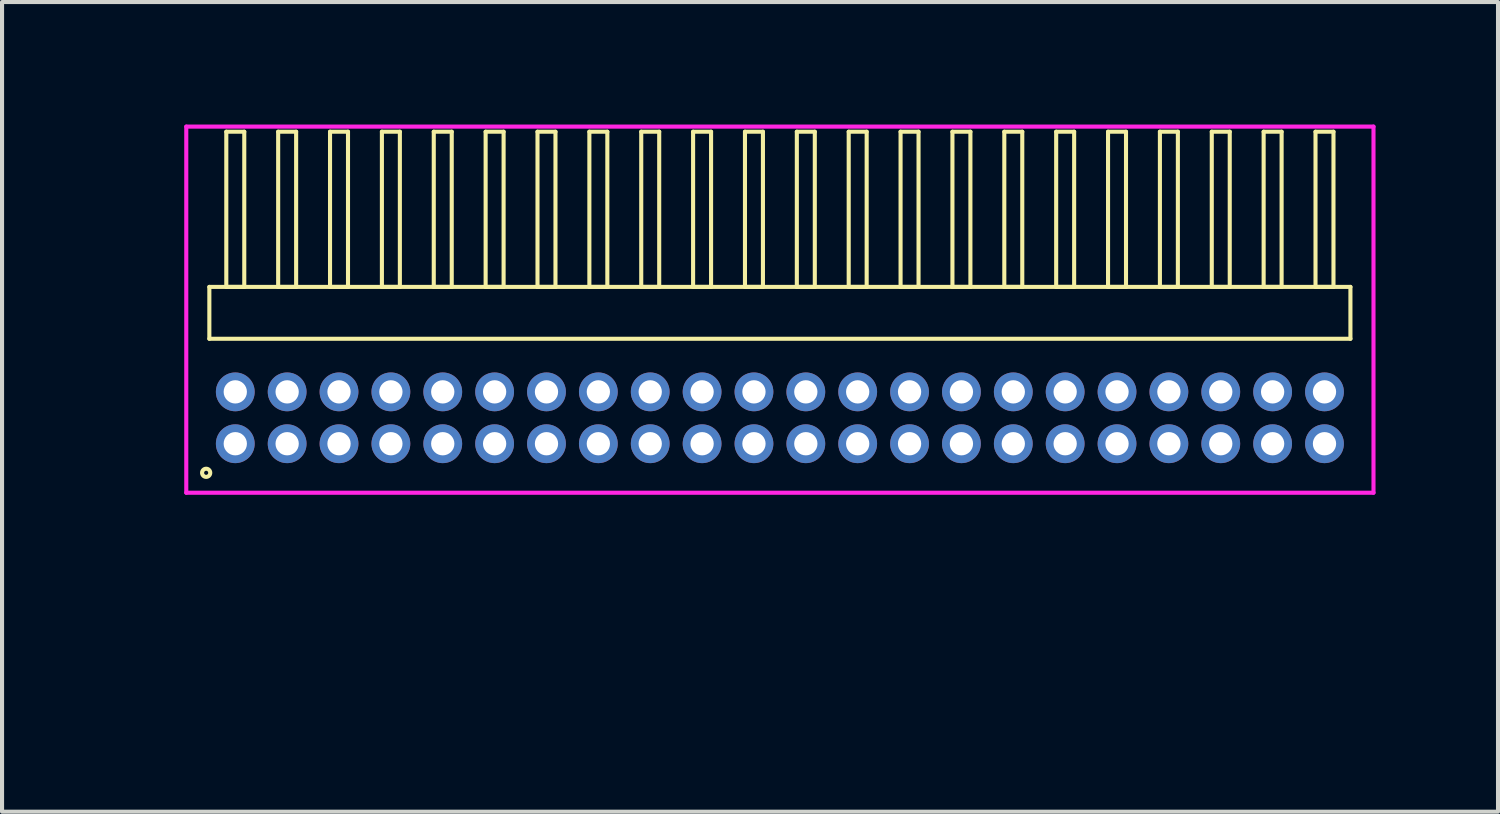
<source format=kicad_pcb>
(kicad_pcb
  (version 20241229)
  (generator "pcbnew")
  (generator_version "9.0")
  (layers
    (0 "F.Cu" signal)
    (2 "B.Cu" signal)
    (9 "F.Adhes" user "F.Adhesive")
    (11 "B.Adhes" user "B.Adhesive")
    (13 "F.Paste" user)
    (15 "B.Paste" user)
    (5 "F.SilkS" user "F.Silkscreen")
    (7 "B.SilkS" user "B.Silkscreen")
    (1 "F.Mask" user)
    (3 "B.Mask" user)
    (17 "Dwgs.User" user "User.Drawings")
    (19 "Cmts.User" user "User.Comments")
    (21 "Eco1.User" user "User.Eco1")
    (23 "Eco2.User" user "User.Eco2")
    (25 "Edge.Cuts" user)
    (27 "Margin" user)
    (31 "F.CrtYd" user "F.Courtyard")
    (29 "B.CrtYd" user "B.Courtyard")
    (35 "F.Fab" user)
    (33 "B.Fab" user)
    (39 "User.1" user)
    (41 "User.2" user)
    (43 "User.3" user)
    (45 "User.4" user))
  (footprint "HDR_RA127P22x2"
    (layer "F.Cu")
    (at 16.046 7.18)
    (property "Reference" "HDR_RA127P22x2" (at -15.285 0 90) (layer "User.1") (effects (font (size 1 1) (thickness 0.1))))
    (attr through_hole)
    (fp_line (start -13.97 -3.205) (end -13.97 -1.935) (stroke (width 0.1) (type solid)) (layer "F.SilkS"))
    (fp_line (start -13.97 -1.935) (end 13.97 -1.935) (stroke (width 0.1) (type solid)) (layer "F.SilkS"))
    (fp_line (start -13.555 -7.005) (end -13.555 -3.205) (stroke (width 0.1) (type solid)) (layer "F.SilkS"))
    (fp_line (start -13.555 -3.205) (end -13.115 -3.205) (stroke (width 0.1) (type solid)) (layer "F.SilkS"))
    (fp_line (start -13.115 -7.005) (end -13.555 -7.005) (stroke (width 0.1) (type solid)) (layer "F.SilkS"))
    (fp_line (start -13.115 -3.205) (end -13.115 -7.005) (stroke (width 0.1) (type solid)) (layer "F.SilkS"))
    (fp_line (start -12.285 -7.005) (end -12.285 -3.205) (stroke (width 0.1) (type solid)) (layer "F.SilkS"))
    (fp_line (start -12.285 -3.205) (end -11.845 -3.205) (stroke (width 0.1) (type solid)) (layer "F.SilkS"))
    (fp_line (start -11.845 -7.005) (end -12.285 -7.005) (stroke (width 0.1) (type solid)) (layer "F.SilkS"))
    (fp_line (start -11.845 -3.205) (end -11.845 -7.005) (stroke (width 0.1) (type solid)) (layer "F.SilkS"))
    (fp_line (start -11.015 -7.005) (end -11.015 -3.205) (stroke (width 0.1) (type solid)) (layer "F.SilkS"))
    (fp_line (start -11.015 -3.205) (end -10.575 -3.205) (stroke (width 0.1) (type solid)) (layer "F.SilkS"))
    (fp_line (start -10.575 -7.005) (end -11.015 -7.005) (stroke (width 0.1) (type solid)) (layer "F.SilkS"))
    (fp_line (start -10.575 -3.205) (end -10.575 -7.005) (stroke (width 0.1) (type solid)) (layer "F.SilkS"))
    (fp_line (start -9.745 -7.005) (end -9.745 -3.205) (stroke (width 0.1) (type solid)) (layer "F.SilkS"))
    (fp_line (start -9.745 -3.205) (end -9.305 -3.205) (stroke (width 0.1) (type solid)) (layer "F.SilkS"))
    (fp_line (start -9.305 -7.005) (end -9.745 -7.005) (stroke (width 0.1) (type solid)) (layer "F.SilkS"))
    (fp_line (start -9.305 -3.205) (end -9.305 -7.005) (stroke (width 0.1) (type solid)) (layer "F.SilkS"))
    (fp_line (start -8.475 -7.005) (end -8.475 -3.205) (stroke (width 0.1) (type solid)) (layer "F.SilkS"))
    (fp_line (start -8.475 -3.205) (end -8.035 -3.205) (stroke (width 0.1) (type solid)) (layer "F.SilkS"))
    (fp_line (start -8.035 -7.005) (end -8.475 -7.005) (stroke (width 0.1) (type solid)) (layer "F.SilkS"))
    (fp_line (start -8.035 -3.205) (end -8.035 -7.005) (stroke (width 0.1) (type solid)) (layer "F.SilkS"))
    (fp_line (start -7.205 -7.005) (end -7.205 -3.205) (stroke (width 0.1) (type solid)) (layer "F.SilkS"))
    (fp_line (start -7.205 -3.205) (end -6.765 -3.205) (stroke (width 0.1) (type solid)) (layer "F.SilkS"))
    (fp_line (start -6.765 -7.005) (end -7.205 -7.005) (stroke (width 0.1) (type solid)) (layer "F.SilkS"))
    (fp_line (start -6.765 -3.205) (end -6.765 -7.005) (stroke (width 0.1) (type solid)) (layer "F.SilkS"))
    (fp_line (start -5.935 -7.005) (end -5.935 -3.205) (stroke (width 0.1) (type solid)) (layer "F.SilkS"))
    (fp_line (start -5.935 -3.205) (end -5.495 -3.205) (stroke (width 0.1) (type solid)) (layer "F.SilkS"))
    (fp_line (start -5.495 -7.005) (end -5.935 -7.005) (stroke (width 0.1) (type solid)) (layer "F.SilkS"))
    (fp_line (start -5.495 -3.205) (end -5.495 -7.005) (stroke (width 0.1) (type solid)) (layer "F.SilkS"))
    (fp_line (start -4.665 -7.005) (end -4.665 -3.205) (stroke (width 0.1) (type solid)) (layer "F.SilkS"))
    (fp_line (start -4.665 -3.205) (end -4.225 -3.205) (stroke (width 0.1) (type solid)) (layer "F.SilkS"))
    (fp_line (start -4.225 -7.005) (end -4.665 -7.005) (stroke (width 0.1) (type solid)) (layer "F.SilkS"))
    (fp_line (start -4.225 -3.205) (end -4.225 -7.005) (stroke (width 0.1) (type solid)) (layer "F.SilkS"))
    (fp_line (start -3.395 -7.005) (end -3.395 -3.205) (stroke (width 0.1) (type solid)) (layer "F.SilkS"))
    (fp_line (start -3.395 -3.205) (end -2.955 -3.205) (stroke (width 0.1) (type solid)) (layer "F.SilkS"))
    (fp_line (start -2.955 -7.005) (end -3.395 -7.005) (stroke (width 0.1) (type solid)) (layer "F.SilkS"))
    (fp_line (start -2.955 -3.205) (end -2.955 -7.005) (stroke (width 0.1) (type solid)) (layer "F.SilkS"))
    (fp_line (start -2.125 -7.005) (end -2.125 -3.205) (stroke (width 0.1) (type solid)) (layer "F.SilkS"))
    (fp_line (start -2.125 -3.205) (end -1.685 -3.205) (stroke (width 0.1) (type solid)) (layer "F.SilkS"))
    (fp_line (start -1.685 -7.005) (end -2.125 -7.005) (stroke (width 0.1) (type solid)) (layer "F.SilkS"))
    (fp_line (start -1.685 -3.205) (end -1.685 -7.005) (stroke (width 0.1) (type solid)) (layer "F.SilkS"))
    (fp_line (start -0.855 -7.005) (end -0.855 -3.205) (stroke (width 0.1) (type solid)) (layer "F.SilkS"))
    (fp_line (start -0.855 -3.205) (end -0.415 -3.205) (stroke (width 0.1) (type solid)) (layer "F.SilkS"))
    (fp_line (start -0.415 -7.005) (end -0.855 -7.005) (stroke (width 0.1) (type solid)) (layer "F.SilkS"))
    (fp_line (start -0.415 -3.205) (end -0.415 -7.005) (stroke (width 0.1) (type solid)) (layer "F.SilkS"))
    (fp_line (start 0.415 -7.005) (end 0.415 -3.205) (stroke (width 0.1) (type solid)) (layer "F.SilkS"))
    (fp_line (start 0.415 -3.205) (end 0.855 -3.205) (stroke (width 0.1) (type solid)) (layer "F.SilkS"))
    (fp_line (start 0.855 -7.005) (end 0.415 -7.005) (stroke (width 0.1) (type solid)) (layer "F.SilkS"))
    (fp_line (start 0.855 -3.205) (end 0.855 -7.005) (stroke (width 0.1) (type solid)) (layer "F.SilkS"))
    (fp_line (start 1.685 -7.005) (end 1.685 -3.205) (stroke (width 0.1) (type solid)) (layer "F.SilkS"))
    (fp_line (start 1.685 -3.205) (end 2.125 -3.205) (stroke (width 0.1) (type solid)) (layer "F.SilkS"))
    (fp_line (start 2.125 -7.005) (end 1.685 -7.005) (stroke (width 0.1) (type solid)) (layer "F.SilkS"))
    (fp_line (start 2.125 -3.205) (end 2.125 -7.005) (stroke (width 0.1) (type solid)) (layer "F.SilkS"))
    (fp_line (start 2.955 -7.005) (end 2.955 -3.205) (stroke (width 0.1) (type solid)) (layer "F.SilkS"))
    (fp_line (start 2.955 -3.205) (end 3.395 -3.205) (stroke (width 0.1) (type solid)) (layer "F.SilkS"))
    (fp_line (start 3.395 -7.005) (end 2.955 -7.005) (stroke (width 0.1) (type solid)) (layer "F.SilkS"))
    (fp_line (start 3.395 -3.205) (end 3.395 -7.005) (stroke (width 0.1) (type solid)) (layer "F.SilkS"))
    (fp_line (start 4.225 -7.005) (end 4.225 -3.205) (stroke (width 0.1) (type solid)) (layer "F.SilkS"))
    (fp_line (start 4.225 -3.205) (end 4.665 -3.205) (stroke (width 0.1) (type solid)) (layer "F.SilkS"))
    (fp_line (start 4.665 -7.005) (end 4.225 -7.005) (stroke (width 0.1) (type solid)) (layer "F.SilkS"))
    (fp_line (start 4.665 -3.205) (end 4.665 -7.005) (stroke (width 0.1) (type solid)) (layer "F.SilkS"))
    (fp_line (start 5.495 -7.005) (end 5.495 -3.205) (stroke (width 0.1) (type solid)) (layer "F.SilkS"))
    (fp_line (start 5.495 -3.205) (end 5.935 -3.205) (stroke (width 0.1) (type solid)) (layer "F.SilkS"))
    (fp_line (start 5.935 -7.005) (end 5.495 -7.005) (stroke (width 0.1) (type solid)) (layer "F.SilkS"))
    (fp_line (start 5.935 -3.205) (end 5.935 -7.005) (stroke (width 0.1) (type solid)) (layer "F.SilkS"))
    (fp_line (start 6.765 -7.005) (end 6.765 -3.205) (stroke (width 0.1) (type solid)) (layer "F.SilkS"))
    (fp_line (start 6.765 -3.205) (end 7.205 -3.205) (stroke (width 0.1) (type solid)) (layer "F.SilkS"))
    (fp_line (start 7.205 -7.005) (end 6.765 -7.005) (stroke (width 0.1) (type solid)) (layer "F.SilkS"))
    (fp_line (start 7.205 -3.205) (end 7.205 -7.005) (stroke (width 0.1) (type solid)) (layer "F.SilkS"))
    (fp_line (start 8.035 -7.005) (end 8.035 -3.205) (stroke (width 0.1) (type solid)) (layer "F.SilkS"))
    (fp_line (start 8.035 -3.205) (end 8.475 -3.205) (stroke (width 0.1) (type solid)) (layer "F.SilkS"))
    (fp_line (start 8.475 -7.005) (end 8.035 -7.005) (stroke (width 0.1) (type solid)) (layer "F.SilkS"))
    (fp_line (start 8.475 -3.205) (end 8.475 -7.005) (stroke (width 0.1) (type solid)) (layer "F.SilkS"))
    (fp_line (start 9.305 -7.005) (end 9.305 -3.205) (stroke (width 0.1) (type solid)) (layer "F.SilkS"))
    (fp_line (start 9.305 -3.205) (end 9.745 -3.205) (stroke (width 0.1) (type solid)) (layer "F.SilkS"))
    (fp_line (start 9.745 -7.005) (end 9.305 -7.005) (stroke (width 0.1) (type solid)) (layer "F.SilkS"))
    (fp_line (start 9.745 -3.205) (end 9.745 -7.005) (stroke (width 0.1) (type solid)) (layer "F.SilkS"))
    (fp_line (start 10.575 -7.005) (end 10.575 -3.205) (stroke (width 0.1) (type solid)) (layer "F.SilkS"))
    (fp_line (start 10.575 -3.205) (end 11.015 -3.205) (stroke (width 0.1) (type solid)) (layer "F.SilkS"))
    (fp_line (start 11.015 -7.005) (end 10.575 -7.005) (stroke (width 0.1) (type solid)) (layer "F.SilkS"))
    (fp_line (start 11.015 -3.205) (end 11.015 -7.005) (stroke (width 0.1) (type solid)) (layer "F.SilkS"))
    (fp_line (start 11.845 -7.005) (end 11.845 -3.205) (stroke (width 0.1) (type solid)) (layer "F.SilkS"))
    (fp_line (start 11.845 -3.205) (end 12.285 -3.205) (stroke (width 0.1) (type solid)) (layer "F.SilkS"))
    (fp_line (start 12.285 -7.005) (end 11.845 -7.005) (stroke (width 0.1) (type solid)) (layer "F.SilkS"))
    (fp_line (start 12.285 -3.205) (end 12.285 -7.005) (stroke (width 0.1) (type solid)) (layer "F.SilkS"))
    (fp_line (start 13.115 -7.005) (end 13.115 -3.205) (stroke (width 0.1) (type solid)) (layer "F.SilkS"))
    (fp_line (start 13.115 -3.205) (end 13.555 -3.205) (stroke (width 0.1) (type solid)) (layer "F.SilkS"))
    (fp_line (start 13.555 -7.005) (end 13.115 -7.005) (stroke (width 0.1) (type solid)) (layer "F.SilkS"))
    (fp_line (start 13.555 -3.205) (end 13.555 -7.005) (stroke (width 0.1) (type solid)) (layer "F.SilkS"))
    (fp_line (start 13.97 -3.205) (end -13.97 -3.205) (stroke (width 0.1) (type solid)) (layer "F.SilkS"))
    (fp_line (start 13.97 -1.935) (end 13.97 -3.205) (stroke (width 0.1) (type solid)) (layer "F.SilkS"))
    (fp_circle (center -14.048 1.347) (end -13.948 1.347) (stroke (width 0.1) (type solid)) (fill no) (layer "F.SilkS"))
    (fp_line (start -14.535 -7.13) (end -14.535 1.835) (stroke (width 0.1) (type solid)) (layer "F.CrtYd"))
    (fp_line (start -14.535 1.835) (end 14.535 1.835) (stroke (width 0.1) (type solid)) (layer "F.CrtYd"))
    (fp_line (start 14.535 -7.13) (end -14.535 -7.13) (stroke (width 0.1) (type solid)) (layer "F.CrtYd"))
    (fp_line (start 14.535 1.835) (end 14.535 -7.13) (stroke (width 0.1) (type solid)) (layer "F.CrtYd"))
    (pad "1" thru_hole oval (at -13.335 0.635) (size 0.95 0.95) (drill 0.57) (layers "*.Cu" "*.Mask"))
    (pad "2" thru_hole oval (at -13.335 -0.635) (size 0.95 0.95) (drill 0.57) (layers "*.Cu" "*.Mask"))
    (pad "3" thru_hole oval (at -12.065 0.635) (size 0.95 0.95) (drill 0.57) (layers "*.Cu" "*.Mask"))
    (pad "4" thru_hole oval (at -12.065 -0.635) (size 0.95 0.95) (drill 0.57) (layers "*.Cu" "*.Mask"))
    (pad "5" thru_hole oval (at -10.795 0.635) (size 0.95 0.95) (drill 0.57) (layers "*.Cu" "*.Mask"))
    (pad "6" thru_hole oval (at -10.795 -0.635) (size 0.95 0.95) (drill 0.57) (layers "*.Cu" "*.Mask"))
    (pad "7" thru_hole oval (at -9.525 0.635) (size 0.95 0.95) (drill 0.57) (layers "*.Cu" "*.Mask"))
    (pad "8" thru_hole oval (at -9.525 -0.635) (size 0.95 0.95) (drill 0.57) (layers "*.Cu" "*.Mask"))
    (pad "9" thru_hole oval (at -8.255 0.635) (size 0.95 0.95) (drill 0.57) (layers "*.Cu" "*.Mask"))
    (pad "10" thru_hole oval (at -8.255 -0.635) (size 0.95 0.95) (drill 0.57) (layers "*.Cu" "*.Mask"))
    (pad "11" thru_hole oval (at -6.985 0.635) (size 0.95 0.95) (drill 0.57) (layers "*.Cu" "*.Mask"))
    (pad "12" thru_hole oval (at -6.985 -0.635) (size 0.95 0.95) (drill 0.57) (layers "*.Cu" "*.Mask"))
    (pad "13" thru_hole oval (at -5.715 0.635) (size 0.95 0.95) (drill 0.57) (layers "*.Cu" "*.Mask"))
    (pad "14" thru_hole oval (at -5.715 -0.635) (size 0.95 0.95) (drill 0.57) (layers "*.Cu" "*.Mask"))
    (pad "15" thru_hole oval (at -4.445 0.635) (size 0.95 0.95) (drill 0.57) (layers "*.Cu" "*.Mask"))
    (pad "16" thru_hole oval (at -4.445 -0.635) (size 0.95 0.95) (drill 0.57) (layers "*.Cu" "*.Mask"))
    (pad "17" thru_hole oval (at -3.175 0.635) (size 0.95 0.95) (drill 0.57) (layers "*.Cu" "*.Mask"))
    (pad "18" thru_hole oval (at -3.175 -0.635) (size 0.95 0.95) (drill 0.57) (layers "*.Cu" "*.Mask"))
    (pad "19" thru_hole oval (at -1.905 0.635) (size 0.95 0.95) (drill 0.57) (layers "*.Cu" "*.Mask"))
    (pad "20" thru_hole oval (at -1.905 -0.635) (size 0.95 0.95) (drill 0.57) (layers "*.Cu" "*.Mask"))
    (pad "21" thru_hole oval (at -0.635 0.635) (size 0.95 0.95) (drill 0.57) (layers "*.Cu" "*.Mask"))
    (pad "22" thru_hole oval (at -0.635 -0.635) (size 0.95 0.95) (drill 0.57) (layers "*.Cu" "*.Mask"))
    (pad "23" thru_hole oval (at 0.635 0.635) (size 0.95 0.95) (drill 0.57) (layers "*.Cu" "*.Mask"))
    (pad "24" thru_hole oval (at 0.635 -0.635) (size 0.95 0.95) (drill 0.57) (layers "*.Cu" "*.Mask"))
    (pad "25" thru_hole oval (at 1.905 0.635) (size 0.95 0.95) (drill 0.57) (layers "*.Cu" "*.Mask"))
    (pad "26" thru_hole oval (at 1.905 -0.635) (size 0.95 0.95) (drill 0.57) (layers "*.Cu" "*.Mask"))
    (pad "27" thru_hole oval (at 3.175 0.635) (size 0.95 0.95) (drill 0.57) (layers "*.Cu" "*.Mask"))
    (pad "28" thru_hole oval (at 3.175 -0.635) (size 0.95 0.95) (drill 0.57) (layers "*.Cu" "*.Mask"))
    (pad "29" thru_hole oval (at 4.445 0.635) (size 0.95 0.95) (drill 0.57) (layers "*.Cu" "*.Mask"))
    (pad "30" thru_hole oval (at 4.445 -0.635) (size 0.95 0.95) (drill 0.57) (layers "*.Cu" "*.Mask"))
    (pad "31" thru_hole oval (at 5.715 0.635) (size 0.95 0.95) (drill 0.57) (layers "*.Cu" "*.Mask"))
    (pad "32" thru_hole oval (at 5.715 -0.635) (size 0.95 0.95) (drill 0.57) (layers "*.Cu" "*.Mask"))
    (pad "33" thru_hole oval (at 6.985 0.635) (size 0.95 0.95) (drill 0.57) (layers "*.Cu" "*.Mask"))
    (pad "34" thru_hole oval (at 6.985 -0.635) (size 0.95 0.95) (drill 0.57) (layers "*.Cu" "*.Mask"))
    (pad "35" thru_hole oval (at 8.255 0.635) (size 0.95 0.95) (drill 0.57) (layers "*.Cu" "*.Mask"))
    (pad "36" thru_hole oval (at 8.255 -0.635) (size 0.95 0.95) (drill 0.57) (layers "*.Cu" "*.Mask"))
    (pad "37" thru_hole oval (at 9.525 0.635) (size 0.95 0.95) (drill 0.57) (layers "*.Cu" "*.Mask"))
    (pad "38" thru_hole oval (at 9.525 -0.635) (size 0.95 0.95) (drill 0.57) (layers "*.Cu" "*.Mask"))
    (pad "39" thru_hole oval (at 10.795 0.635) (size 0.95 0.95) (drill 0.57) (layers "*.Cu" "*.Mask"))
    (pad "40" thru_hole oval (at 10.795 -0.635) (size 0.95 0.95) (drill 0.57) (layers "*.Cu" "*.Mask"))
    (pad "41" thru_hole oval (at 12.065 0.635) (size 0.95 0.95) (drill 0.57) (layers "*.Cu" "*.Mask"))
    (pad "42" thru_hole oval (at 12.065 -0.635) (size 0.95 0.95) (drill 0.57) (layers "*.Cu" "*.Mask"))
    (pad "43" thru_hole oval (at 13.335 0.635) (size 0.95 0.95) (drill 0.57) (layers "*.Cu" "*.Mask"))
    (pad "44" thru_hole oval (at 13.335 -0.635) (size 0.95 0.95) (drill 0.57) (layers "*.Cu" "*.Mask")))
  (gr_rect
    (start -3 -3)
    (end 33.63 16.825)
    (stroke (width 0.1) (type default))
    (fill no)
    (layer "Edge.Cuts")))
</source>
